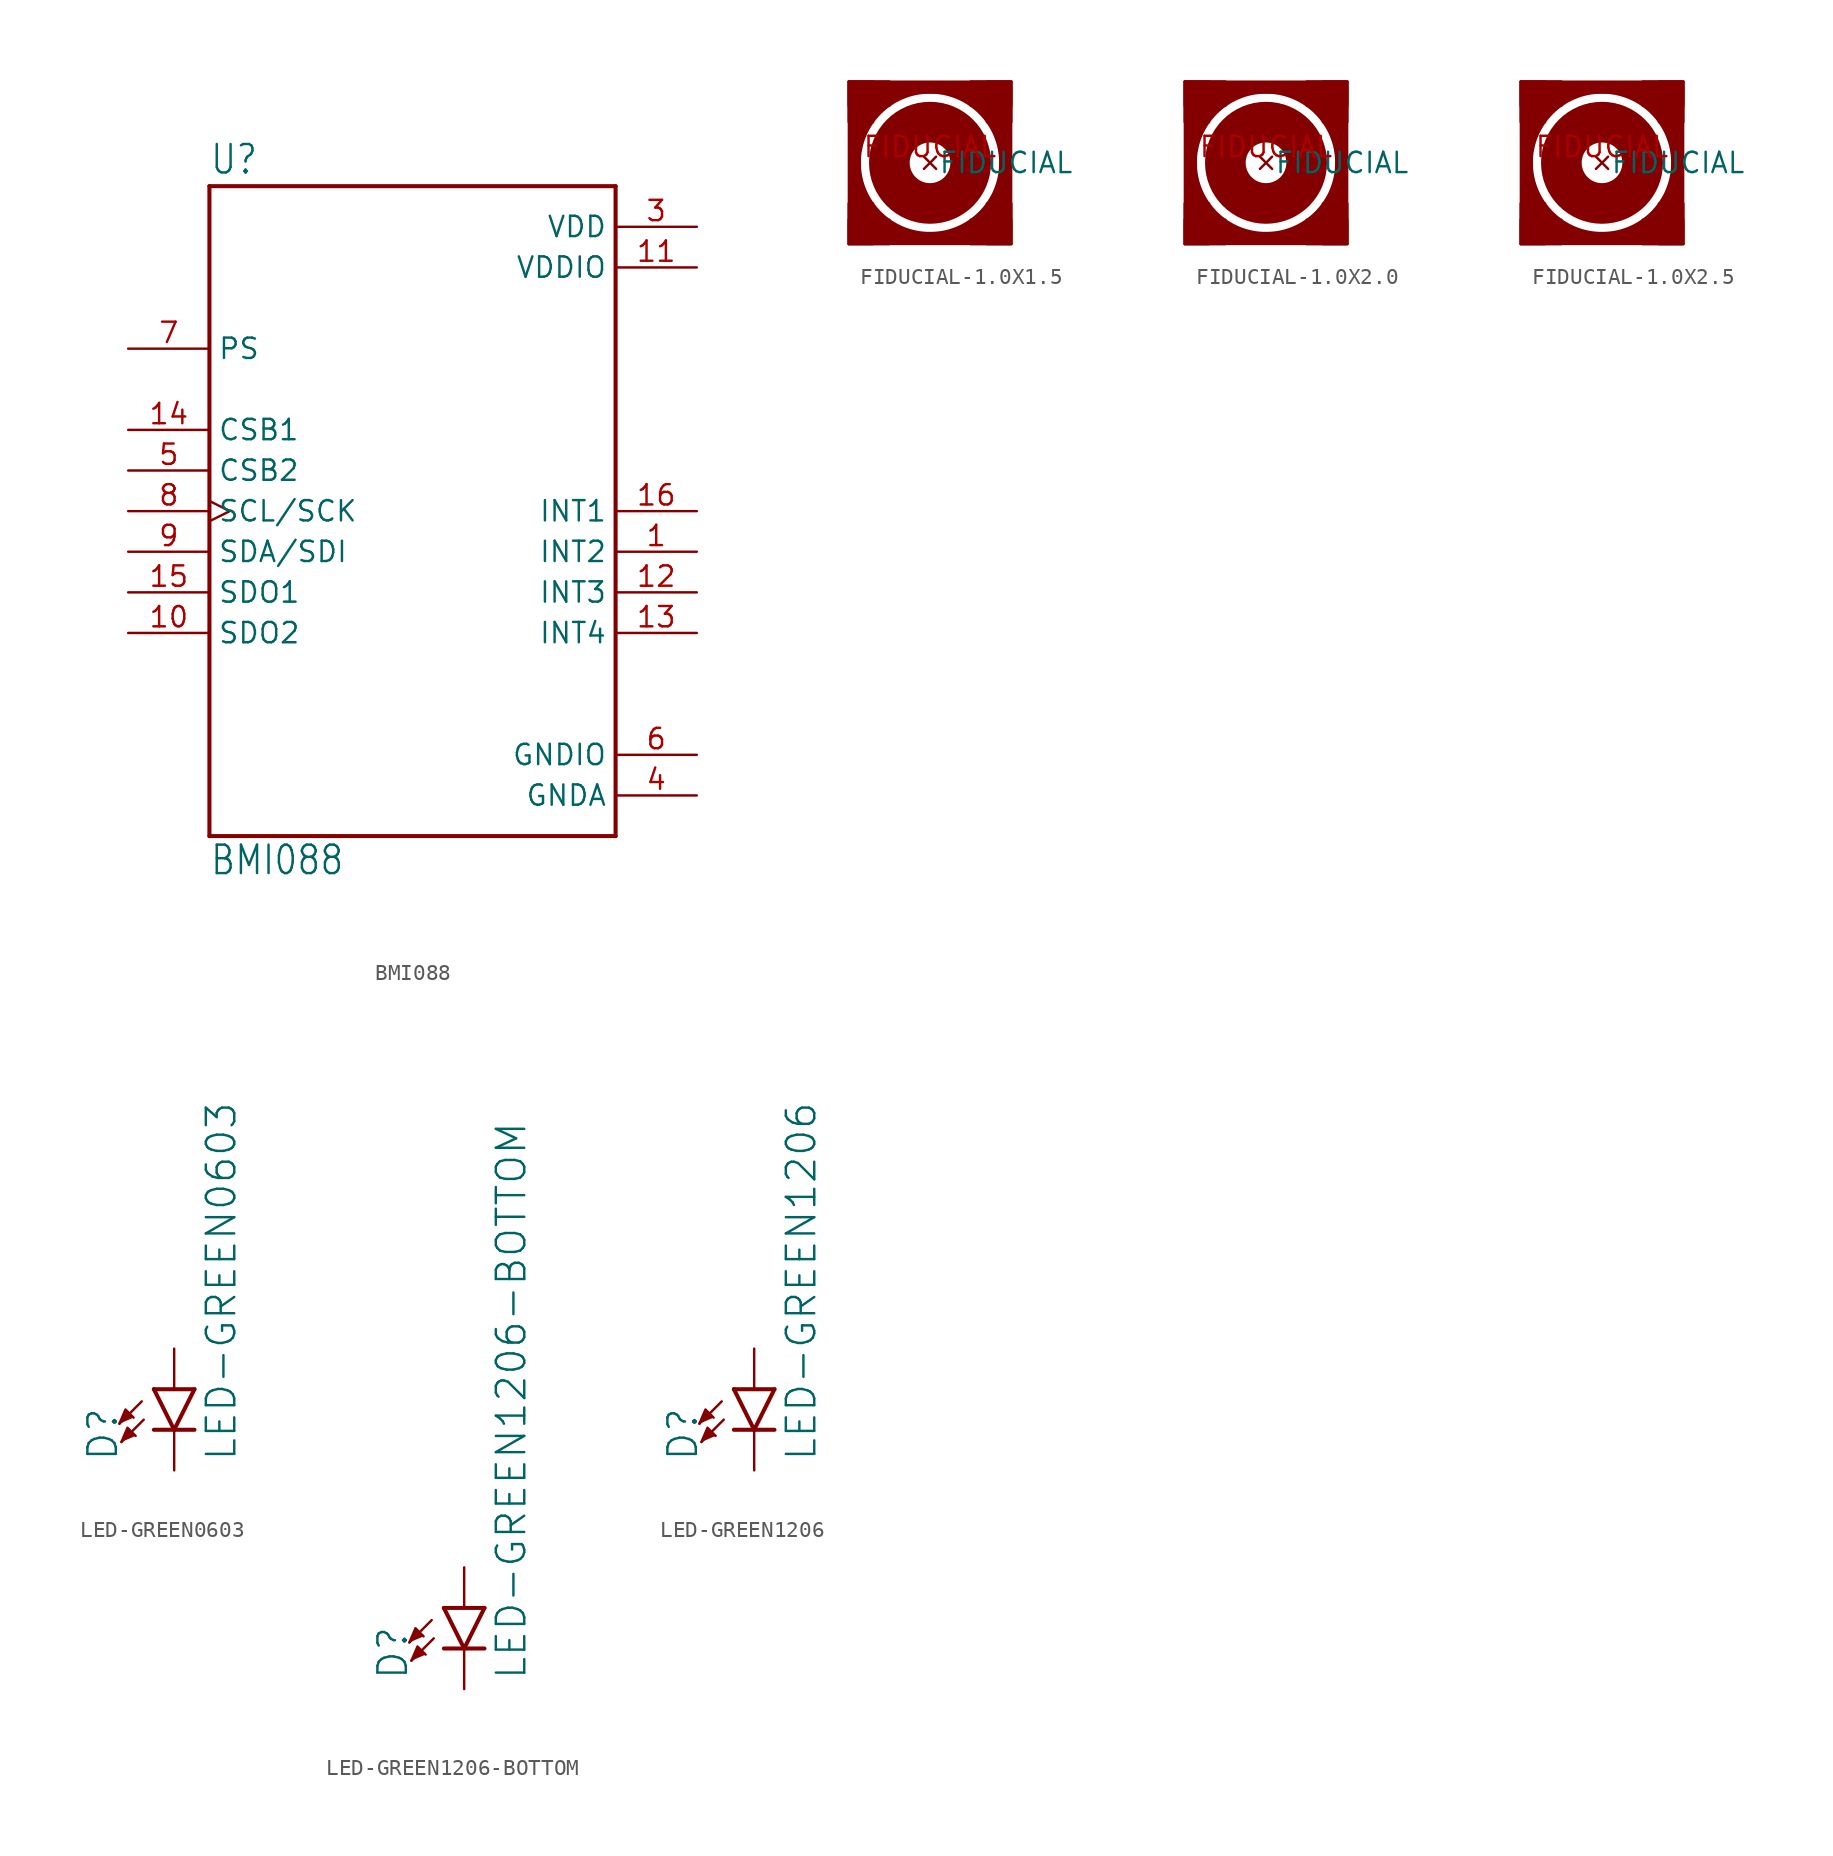
<source format=kicad_sym>
(kicad_symbol_lib
  (version 20220914)
  (generator kicad_symbol_editor)
  (symbol "BMI088"
    (property "Reference" "U"
      (at -12.7 20.955 0)
      (effects (font (size 1.778 1.511)) (justify left bottom)))
    (property "Value" "BMI088"
      (at -12.7 -22.86 0)
      (effects (font (size 1.778 1.511)) (justify left bottom)))
    (property "ki_locked" ""
      (at 0 0 0)
      (effects (font (size 1.27 1.27))))
    (symbol "BMI088_1_0"
      (polyline (pts (xy -12.7 -20.32) (xy -12.7 20.32)) (stroke (width 0.254) (type default)) (fill (type none)))
      (polyline (pts (xy -12.7 20.32) (xy 12.7 20.32)) (stroke (width 0.254) (type default)) (fill (type none)))
      (polyline (pts (xy 12.7 -20.32) (xy -12.7 -20.32)) (stroke (width 0.254) (type default)) (fill (type none)))
      (polyline (pts (xy 12.7 20.32) (xy 12.7 -20.32)) (stroke (width 0.254) (type default)) (fill (type none)))
      (pin bidirectional line (at 17.78 -2.54 180) (length 5.08) (name "INT2" (effects (font (size 1.27 1.27)))) (number "1" (effects (font (size 1.27 1.27)))))
      (pin bidirectional line (at -17.78 -7.62 0) (length 5.08) (name "SDO2" (effects (font (size 1.27 1.27)))) (number "10" (effects (font (size 1.27 1.27)))))
      (pin power_in line (at 17.78 15.24 180) (length 5.08) (name "VDDIO" (effects (font (size 1.27 1.27)))) (number "11" (effects (font (size 1.27 1.27)))))
      (pin bidirectional line (at 17.78 -5.08 180) (length 5.08) (name "INT3" (effects (font (size 1.27 1.27)))) (number "12" (effects (font (size 1.27 1.27)))))
      (pin bidirectional line (at 17.78 -7.62 180) (length 5.08) (name "INT4" (effects (font (size 1.27 1.27)))) (number "13" (effects (font (size 1.27 1.27)))))
      (pin input line (at -17.78 5.08 0) (length 5.08) (name "CSB1" (effects (font (size 1.27 1.27)))) (number "14" (effects (font (size 1.27 1.27)))))
      (pin bidirectional line (at -17.78 -5.08 0) (length 5.08) (name "SDO1" (effects (font (size 1.27 1.27)))) (number "15" (effects (font (size 1.27 1.27)))))
      (pin bidirectional line (at 17.78 0 180) (length 5.08) (name "INT1" (effects (font (size 1.27 1.27)))) (number "16" (effects (font (size 1.27 1.27)))))
      (pin power_in line (at 17.78 17.78 180) (length 5.08) (name "VDD" (effects (font (size 1.27 1.27)))) (number "3" (effects (font (size 1.27 1.27)))))
      (pin power_in line (at 17.78 -17.78 180) (length 5.08) (name "GNDA" (effects (font (size 1.27 1.27)))) (number "4" (effects (font (size 1.27 1.27)))))
      (pin input line (at -17.78 2.54 0) (length 5.08) (name "CSB2" (effects (font (size 1.27 1.27)))) (number "5" (effects (font (size 1.27 1.27)))))
      (pin power_in line (at 17.78 -15.24 180) (length 5.08) (name "GNDIO" (effects (font (size 1.27 1.27)))) (number "6" (effects (font (size 1.27 1.27)))))
      (pin input line (at -17.78 10.16 0) (length 5.08) (name "PS" (effects (font (size 1.27 1.27)))) (number "7" (effects (font (size 1.27 1.27)))))
      (pin input clock (at -17.78 0 0) (length 5.08) (name "SCL/SCK" (effects (font (size 1.27 1.27)))) (number "8" (effects (font (size 1.27 1.27)))))
      (pin bidirectional line (at -17.78 -2.54 0) (length 5.08) (name "SDA/SDI" (effects (font (size 1.27 1.27)))) (number "9" (effects (font (size 1.27 1.27))))))
    (symbol "BMI088_1_1"
      (pin no_connect line (at -12.7 -17.78 0) (length 2.54) hide (name "NC" (effects (font (size 1.27 1.27)))) (number "2" (effects (font (size 1.27 1.27)))))))
  (symbol "FIDUCIAL-1.0X1.5"
    (property "Reference" "FIDUCIAL"
      (at 0 0 0)
      (effects (font (size 1.27 1.27)) hide))
    (property "ki_locked" ""
      (at 0 0 0)
      (effects (font (size 1.27 1.27))))
    (symbol "FIDUCIAL-1.0X1.5_1_0"
      (rectangle (start -5.08 -5.08) (end -3.556 -2.54) (stroke (width 0) (type default)) (fill (type outline)))
      (rectangle (start -5.08 -5.08) (end -2.54 -3.556) (stroke (width 0) (type default)) (fill (type outline)))
      (rectangle (start -5.08 2.54) (end -3.556 5.08) (stroke (width 0) (type default)) (fill (type outline)))
      (rectangle (start -5.08 3.556) (end -2.54 5.08) (stroke (width 0) (type default)) (fill (type outline)))
      (polyline (pts (xy -5.08 -5.08) (xy -5.08 5.08)) (stroke (width 0.127) (type default)) (fill (type none)))
      (polyline (pts (xy -5.08 -5.08) (xy 5.08 -5.08)) (stroke (width 0.127) (type default)) (fill (type none)))
      (polyline (pts (xy -5.08 5.08) (xy 5.08 5.08)) (stroke (width 0.127) (type default)) (fill (type none)))
      (polyline (pts (xy -4.699 2.54) (xy -4.699 -2.54)) (stroke (width 0.762) (type default)) (fill (type none)))
      (polyline (pts (xy -2.54 -4.699) (xy 2.54 -4.699)) (stroke (width 0.762) (type default)) (fill (type none)))
      (polyline (pts (xy -2.54 4.699) (xy 2.54 4.699)) (stroke (width 0.762) (type default)) (fill (type none)))
      (polyline (pts (xy 4.699 -2.54) (xy 4.699 2.54)) (stroke (width 0.762) (type default)) (fill (type none)))
      (polyline (pts (xy 5.08 5.08) (xy 5.08 -5.08)) (stroke (width 0.127) (type default)) (fill (type none)))
      (circle (center 0 0) (radius 2.54) (stroke (width 2.54) (type default)) (fill (type none)))
      (circle (center 0 0) (radius 4.699) (stroke (width 0.762) (type default)) (fill (type none)))
      (rectangle (start 2.54 -5.08) (end 5.08 -3.556) (stroke (width 0) (type default)) (fill (type outline)))
      (rectangle (start 2.54 3.556) (end 5.08 5.08) (stroke (width 0) (type default)) (fill (type outline)))
      (rectangle (start 3.556 -5.08) (end 5.08 -2.54) (stroke (width 0) (type default)) (fill (type outline)))
      (rectangle (start 3.556 2.54) (end 5.08 5.08) (stroke (width 0) (type default)) (fill (type outline)))
      (pin no_connect line (at 0 0 0) (length 0) (name "FIDUCIAL" (effects (font (size 1.27 1.27)))) (number "FIDUCIAL" (effects (font (size 1.27 1.27)))))))
  (symbol "FIDUCIAL-1.0X2.0"
    (property "Reference" "FIDUCIAL"
      (at 0 0 0)
      (effects (font (size 1.27 1.27)) hide))
    (property "ki_locked" ""
      (at 0 0 0)
      (effects (font (size 1.27 1.27))))
    (symbol "FIDUCIAL-1.0X2.0_1_0"
      (rectangle (start -5.08 -5.08) (end -3.556 -2.54) (stroke (width 0) (type default)) (fill (type outline)))
      (rectangle (start -5.08 -5.08) (end -2.54 -3.556) (stroke (width 0) (type default)) (fill (type outline)))
      (rectangle (start -5.08 2.54) (end -3.556 5.08) (stroke (width 0) (type default)) (fill (type outline)))
      (rectangle (start -5.08 3.556) (end -2.54 5.08) (stroke (width 0) (type default)) (fill (type outline)))
      (polyline (pts (xy -5.08 -5.08) (xy -5.08 5.08)) (stroke (width 0.127) (type default)) (fill (type none)))
      (polyline (pts (xy -5.08 -5.08) (xy 5.08 -5.08)) (stroke (width 0.127) (type default)) (fill (type none)))
      (polyline (pts (xy -5.08 5.08) (xy 5.08 5.08)) (stroke (width 0.127) (type default)) (fill (type none)))
      (polyline (pts (xy -4.699 2.54) (xy -4.699 -2.54)) (stroke (width 0.762) (type default)) (fill (type none)))
      (polyline (pts (xy -2.54 -4.699) (xy 2.54 -4.699)) (stroke (width 0.762) (type default)) (fill (type none)))
      (polyline (pts (xy -2.54 4.699) (xy 2.54 4.699)) (stroke (width 0.762) (type default)) (fill (type none)))
      (polyline (pts (xy 4.699 -2.54) (xy 4.699 2.54)) (stroke (width 0.762) (type default)) (fill (type none)))
      (polyline (pts (xy 5.08 5.08) (xy 5.08 -5.08)) (stroke (width 0.127) (type default)) (fill (type none)))
      (circle (center 0 0) (radius 2.54) (stroke (width 2.54) (type default)) (fill (type none)))
      (circle (center 0 0) (radius 4.699) (stroke (width 0.762) (type default)) (fill (type none)))
      (rectangle (start 2.54 -5.08) (end 5.08 -3.556) (stroke (width 0) (type default)) (fill (type outline)))
      (rectangle (start 2.54 3.556) (end 5.08 5.08) (stroke (width 0) (type default)) (fill (type outline)))
      (rectangle (start 3.556 -5.08) (end 5.08 -2.54) (stroke (width 0) (type default)) (fill (type outline)))
      (rectangle (start 3.556 2.54) (end 5.08 5.08) (stroke (width 0) (type default)) (fill (type outline)))
      (pin no_connect line (at 0 0 0) (length 0) (name "FIDUCIAL" (effects (font (size 1.27 1.27)))) (number "FIDUCIAL" (effects (font (size 1.27 1.27)))))))
  (symbol "FIDUCIAL-1.0X2.5"
    (property "Reference" "FIDUCIAL"
      (at 0 0 0)
      (effects (font (size 1.27 1.27)) hide))
    (property "ki_locked" ""
      (at 0 0 0)
      (effects (font (size 1.27 1.27))))
    (symbol "FIDUCIAL-1.0X2.5_1_0"
      (rectangle (start -5.08 -5.08) (end -3.556 -2.54) (stroke (width 0) (type default)) (fill (type outline)))
      (rectangle (start -5.08 -5.08) (end -2.54 -3.556) (stroke (width 0) (type default)) (fill (type outline)))
      (rectangle (start -5.08 2.54) (end -3.556 5.08) (stroke (width 0) (type default)) (fill (type outline)))
      (rectangle (start -5.08 3.556) (end -2.54 5.08) (stroke (width 0) (type default)) (fill (type outline)))
      (polyline (pts (xy -5.08 -5.08) (xy -5.08 5.08)) (stroke (width 0.127) (type default)) (fill (type none)))
      (polyline (pts (xy -5.08 -5.08) (xy 5.08 -5.08)) (stroke (width 0.127) (type default)) (fill (type none)))
      (polyline (pts (xy -5.08 5.08) (xy 5.08 5.08)) (stroke (width 0.127) (type default)) (fill (type none)))
      (polyline (pts (xy -4.699 2.54) (xy -4.699 -2.54)) (stroke (width 0.762) (type default)) (fill (type none)))
      (polyline (pts (xy -2.54 -4.699) (xy 2.54 -4.699)) (stroke (width 0.762) (type default)) (fill (type none)))
      (polyline (pts (xy -2.54 4.699) (xy 2.54 4.699)) (stroke (width 0.762) (type default)) (fill (type none)))
      (polyline (pts (xy 4.699 -2.54) (xy 4.699 2.54)) (stroke (width 0.762) (type default)) (fill (type none)))
      (polyline (pts (xy 5.08 5.08) (xy 5.08 -5.08)) (stroke (width 0.127) (type default)) (fill (type none)))
      (circle (center 0 0) (radius 2.54) (stroke (width 2.54) (type default)) (fill (type none)))
      (circle (center 0 0) (radius 4.699) (stroke (width 0.762) (type default)) (fill (type none)))
      (rectangle (start 2.54 -5.08) (end 5.08 -3.556) (stroke (width 0) (type default)) (fill (type outline)))
      (rectangle (start 2.54 3.556) (end 5.08 5.08) (stroke (width 0) (type default)) (fill (type outline)))
      (rectangle (start 3.556 -5.08) (end 5.08 -2.54) (stroke (width 0) (type default)) (fill (type outline)))
      (rectangle (start 3.556 2.54) (end 5.08 5.08) (stroke (width 0) (type default)) (fill (type outline)))
      (pin no_connect line (at 0 0 0) (length 0) (name "FIDUCIAL" (effects (font (size 1.27 1.27)))) (number "FIDUCIAL" (effects (font (size 1.27 1.27)))))))
  (symbol "LED-GREEN0603"
    (property "Reference" "D"
      (at -3.429 -4.572 90)
      (effects (font (size 1.778 1.778)) (justify left bottom)))
    (property "Value" "LED-GREEN0603"
      (at 1.905 -4.572 90)
      (effects (font (size 1.778 1.778)) (justify left top)))
    (property "ki_locked" ""
      (at 0 0 0)
      (effects (font (size 1.27 1.27))))
    (symbol "LED-GREEN0603_1_0"
      (polyline (pts (xy -2.032 -0.762) (xy -3.429 -2.159)) (stroke (width 0.152) (type default)) (fill (type none)))
      (polyline (pts (xy -1.905 -1.905) (xy -3.302 -3.302)) (stroke (width 0.152) (type default)) (fill (type none)))
      (polyline (pts (xy 0 -2.54) (xy -1.27 -2.54)) (stroke (width 0.254) (type default)) (fill (type none)))
      (polyline (pts (xy 0 -2.54) (xy -1.27 0)) (stroke (width 0.254) (type default)) (fill (type none)))
      (polyline (pts (xy 1.27 -2.54) (xy 0 -2.54)) (stroke (width 0.254) (type default)) (fill (type none)))
      (polyline (pts (xy 1.27 0) (xy -1.27 0)) (stroke (width 0.254) (type default)) (fill (type none)))
      (polyline (pts (xy 1.27 0) (xy 0 -2.54)) (stroke (width 0.254) (type default)) (fill (type none)))
      (polyline (pts (xy -3.429 -2.159) (xy -3.048 -1.27) (xy -2.54 -1.778)) (stroke (width 0) (type default)) (fill (type outline)))
      (polyline (pts (xy -3.302 -3.302) (xy -2.921 -2.413) (xy -2.413 -2.921)) (stroke (width 0) (type default)) (fill (type outline)))
      (pin passive line (at 0 2.54 270) (length 2.54) (name "A" (effects (font (size 0 0)))) (number "A" (effects (font (size 0 0)))))
      (pin passive line (at 0 -5.08 90) (length 2.54) (name "C" (effects (font (size 0 0)))) (number "C" (effects (font (size 0 0)))))))
  (symbol "LED-GREEN1206-BOTTOM"
    (property "Reference" "D"
      (at -3.429 -4.572 90)
      (effects (font (size 1.778 1.778)) (justify left bottom)))
    (property "Value" "LED-GREEN1206-BOTTOM"
      (at 1.905 -4.572 90)
      (effects (font (size 1.778 1.778)) (justify left top)))
    (property "ki_locked" ""
      (at 0 0 0)
      (effects (font (size 1.27 1.27))))
    (symbol "LED-GREEN1206-BOTTOM_1_0"
      (polyline (pts (xy -2.032 -0.762) (xy -3.429 -2.159)) (stroke (width 0.152) (type default)) (fill (type none)))
      (polyline (pts (xy -1.905 -1.905) (xy -3.302 -3.302)) (stroke (width 0.152) (type default)) (fill (type none)))
      (polyline (pts (xy 0 -2.54) (xy -1.27 -2.54)) (stroke (width 0.254) (type default)) (fill (type none)))
      (polyline (pts (xy 0 -2.54) (xy -1.27 0)) (stroke (width 0.254) (type default)) (fill (type none)))
      (polyline (pts (xy 1.27 -2.54) (xy 0 -2.54)) (stroke (width 0.254) (type default)) (fill (type none)))
      (polyline (pts (xy 1.27 0) (xy -1.27 0)) (stroke (width 0.254) (type default)) (fill (type none)))
      (polyline (pts (xy 1.27 0) (xy 0 -2.54)) (stroke (width 0.254) (type default)) (fill (type none)))
      (polyline (pts (xy -3.429 -2.159) (xy -3.048 -1.27) (xy -2.54 -1.778)) (stroke (width 0) (type default)) (fill (type outline)))
      (polyline (pts (xy -3.302 -3.302) (xy -2.921 -2.413) (xy -2.413 -2.921)) (stroke (width 0) (type default)) (fill (type outline)))
      (pin passive line (at 0 2.54 270) (length 2.54) (name "A" (effects (font (size 0 0)))) (number "A" (effects (font (size 0 0)))))
      (pin passive line (at 0 -5.08 90) (length 2.54) (name "C" (effects (font (size 0 0)))) (number "C" (effects (font (size 0 0)))))))
  (symbol "LED-GREEN1206"
    (property "Reference" "D"
      (at -3.429 -4.572 90)
      (effects (font (size 1.778 1.778)) (justify left bottom)))
    (property "Value" "LED-GREEN1206"
      (at 1.905 -4.572 90)
      (effects (font (size 1.778 1.778)) (justify left top)))
    (property "ki_locked" ""
      (at 0 0 0)
      (effects (font (size 1.27 1.27))))
    (symbol "LED-GREEN1206_1_0"
      (polyline (pts (xy -2.032 -0.762) (xy -3.429 -2.159)) (stroke (width 0.152) (type default)) (fill (type none)))
      (polyline (pts (xy -1.905 -1.905) (xy -3.302 -3.302)) (stroke (width 0.152) (type default)) (fill (type none)))
      (polyline (pts (xy 0 -2.54) (xy -1.27 -2.54)) (stroke (width 0.254) (type default)) (fill (type none)))
      (polyline (pts (xy 0 -2.54) (xy -1.27 0)) (stroke (width 0.254) (type default)) (fill (type none)))
      (polyline (pts (xy 1.27 -2.54) (xy 0 -2.54)) (stroke (width 0.254) (type default)) (fill (type none)))
      (polyline (pts (xy 1.27 0) (xy -1.27 0)) (stroke (width 0.254) (type default)) (fill (type none)))
      (polyline (pts (xy 1.27 0) (xy 0 -2.54)) (stroke (width 0.254) (type default)) (fill (type none)))
      (polyline (pts (xy -3.429 -2.159) (xy -3.048 -1.27) (xy -2.54 -1.778)) (stroke (width 0) (type default)) (fill (type outline)))
      (polyline (pts (xy -3.302 -3.302) (xy -2.921 -2.413) (xy -2.413 -2.921)) (stroke (width 0) (type default)) (fill (type outline)))
      (pin passive line (at 0 2.54 270) (length 2.54) (name "A" (effects (font (size 0 0)))) (number "A" (effects (font (size 0 0)))))
      (pin passive line (at 0 -5.08 90) (length 2.54) (name "C" (effects (font (size 0 0)))) (number "C" (effects (font (size 0 0))))))))
</source>
